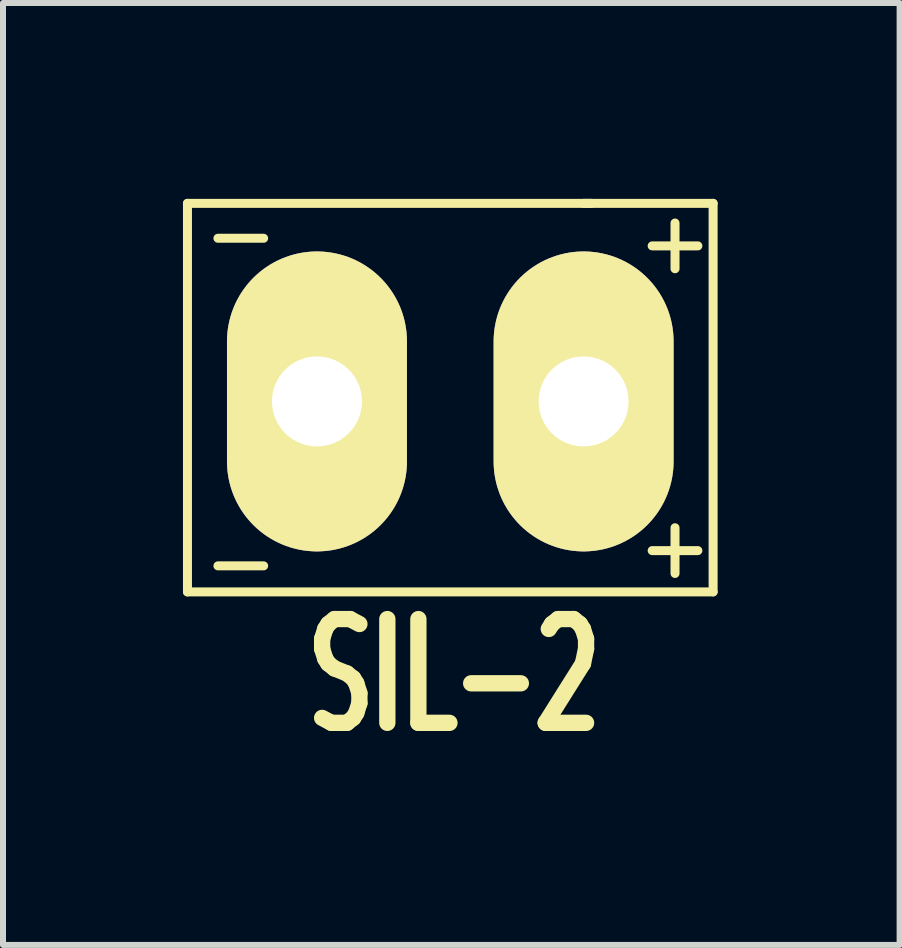
<source format=kicad_pcb>
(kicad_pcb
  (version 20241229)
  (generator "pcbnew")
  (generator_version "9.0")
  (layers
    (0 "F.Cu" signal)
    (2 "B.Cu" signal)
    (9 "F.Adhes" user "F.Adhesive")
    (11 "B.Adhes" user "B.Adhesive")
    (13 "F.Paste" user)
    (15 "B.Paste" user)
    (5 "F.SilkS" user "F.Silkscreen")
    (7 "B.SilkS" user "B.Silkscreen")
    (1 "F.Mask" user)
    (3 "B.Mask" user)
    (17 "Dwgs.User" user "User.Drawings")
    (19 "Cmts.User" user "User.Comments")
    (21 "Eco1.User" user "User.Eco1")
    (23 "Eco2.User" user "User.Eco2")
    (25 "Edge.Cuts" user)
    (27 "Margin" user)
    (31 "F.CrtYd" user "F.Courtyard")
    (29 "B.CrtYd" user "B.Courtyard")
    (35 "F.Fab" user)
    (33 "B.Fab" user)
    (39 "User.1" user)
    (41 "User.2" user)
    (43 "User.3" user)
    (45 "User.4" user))
  (footprint "SIL-2"
    (layer "F.Cu")
    (at 4.393 3.642)
    (property "Reference" "SIL-2" (at 0.127 4.572 0) (layer "F.SilkS") (effects (font (size 1.73 1.087) (thickness 0.272))))
    (attr through_hole)
    (fp_line (start -4.318 -3.302) (end 2.413 -3.302) (stroke (width 0.15) (type solid)) (layer "F.SilkS"))
    (fp_line (start -4.318 3.175) (end -4.318 -3.302) (stroke (width 0.15) (type solid)) (layer "F.SilkS"))
    (fp_line (start 2.286 -3.302) (end 4.445 -3.302) (stroke (width 0.15) (type solid)) (layer "F.SilkS"))
    (fp_line (start 4.445 -3.302) (end 4.445 3.175) (stroke (width 0.15) (type solid)) (layer "F.SilkS"))
    (fp_line (start 4.445 3.175) (end -4.318 3.175) (stroke (width 0.15) (type solid)) (layer "F.SilkS"))
    (fp_text user "+" (at 3.81 -2.667 0) (layer "F.SilkS") (effects (font (size 1 1) (thickness 0.15))))
    (fp_text user "-" (at -3.429 -2.794 0) (layer "F.SilkS") (effects (font (size 1 1) (thickness 0.15))))
    (fp_text user "+" (at 3.81 2.413 0) (layer "F.SilkS") (effects (font (size 1 1) (thickness 0.15))))
    (fp_text user "-" (at -3.429 2.667 0) (layer "F.SilkS") (effects (font (size 1 1) (thickness 0.15))))
    (pad "1" thru_hole oval (at -2.159 0) (size 3 5) (drill 1.5) (layers "*.Cu" "*.Mask" "F.SilkS"))
    (pad "2" thru_hole oval (at 2.286 0) (size 3 5) (drill 1.5) (layers "*.Cu" "*.Mask" "F.SilkS")))
  (gr_rect
    (start -3 -3)
    (end 11.947 12.703)
    (stroke (width 0.1) (type default))
    (fill no)
    (layer "Edge.Cuts")))
</source>
